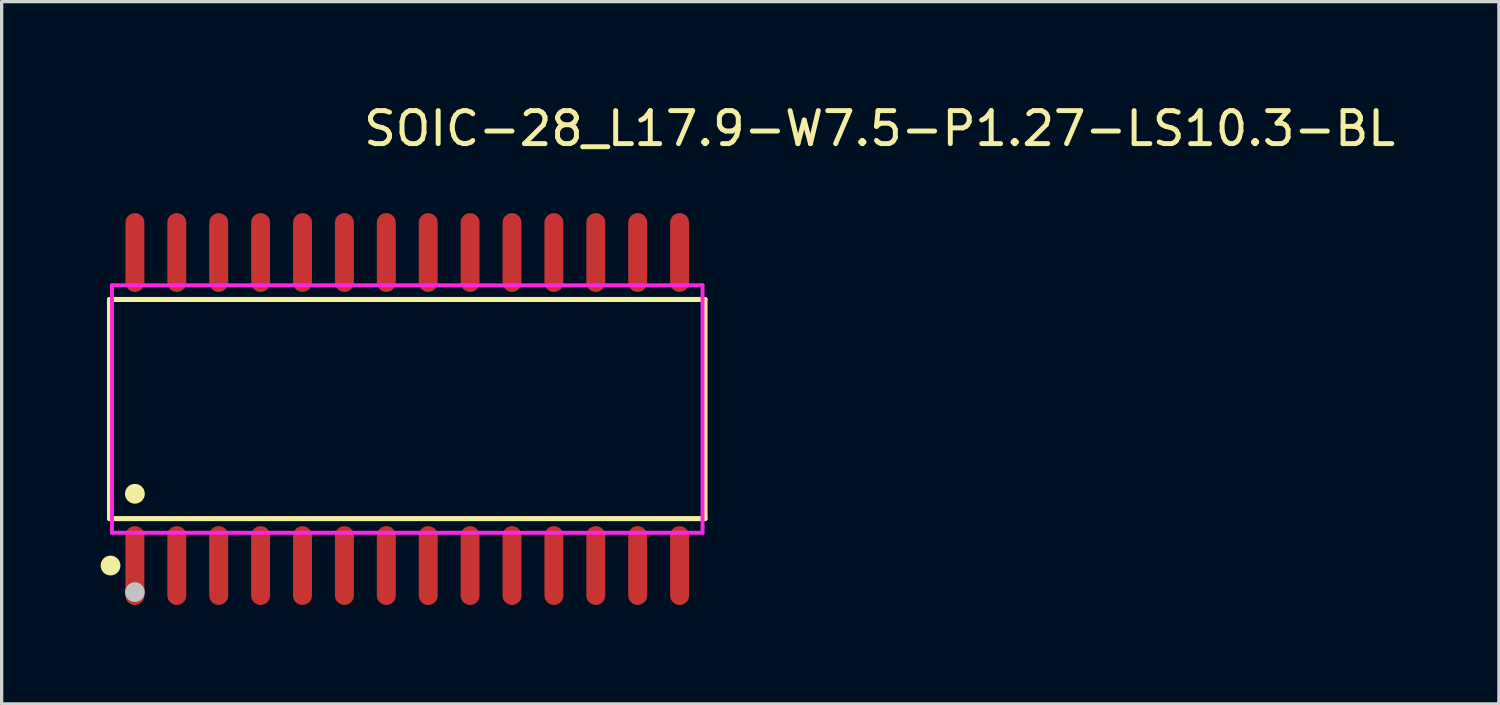
<source format=kicad_pcb>
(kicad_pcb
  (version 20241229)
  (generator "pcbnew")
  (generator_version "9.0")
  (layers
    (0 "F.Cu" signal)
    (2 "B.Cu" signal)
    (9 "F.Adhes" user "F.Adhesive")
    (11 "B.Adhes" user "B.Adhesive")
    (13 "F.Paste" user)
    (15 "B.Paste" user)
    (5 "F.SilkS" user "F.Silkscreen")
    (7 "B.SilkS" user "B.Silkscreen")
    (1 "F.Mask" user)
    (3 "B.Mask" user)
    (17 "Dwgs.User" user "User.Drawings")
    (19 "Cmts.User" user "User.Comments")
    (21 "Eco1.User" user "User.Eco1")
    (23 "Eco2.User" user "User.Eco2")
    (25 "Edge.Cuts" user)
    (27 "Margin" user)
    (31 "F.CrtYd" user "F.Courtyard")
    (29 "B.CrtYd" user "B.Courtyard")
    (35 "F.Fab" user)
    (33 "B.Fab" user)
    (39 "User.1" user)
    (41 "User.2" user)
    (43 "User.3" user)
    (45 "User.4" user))
  (footprint "SOIC-28_L17.9-W7.5-P1.27-LS10.3-BL"
    (layer "F.Cu")
    (at 9.294 9.348)
    (property "Reference" "SOIC-28_L17.9-W7.5-P1.27-LS10.3-BL" (at -1.4 -8.5 0) (layer "F.SilkS") (effects (font (size 1 1) (thickness 0.15)) (justify left)))
    (attr through_hole)
    (fp_line (start -9.026 -3.321) (end 9.026 -3.321) (stroke (width 0.152) (type solid)) (layer "F.SilkS"))
    (fp_line (start -9.026 3.321) (end -9.026 -3.321) (stroke (width 0.152) (type solid)) (layer "F.SilkS"))
    (fp_line (start 9.026 -3.321) (end 9.026 3.321) (stroke (width 0.152) (type solid)) (layer "F.SilkS"))
    (fp_line (start 9.026 3.321) (end -9.026 3.321) (stroke (width 0.152) (type solid)) (layer "F.SilkS"))
    (fp_circle (center -8.994 4.744) (end -8.844 4.744) (stroke (width 0.3) (type solid)) (fill no) (layer "F.SilkS"))
    (fp_circle (center -8.255 2.569) (end -8.105 2.569) (stroke (width 0.3) (type solid)) (fill no) (layer "F.SilkS"))
    (fp_circle (center -8.255 5.55) (end -8.105 5.55) (stroke (width 0.3) (type solid)) (fill no) (layer "Dwgs.User"))
    (fp_line (start -8.46 -4.325) (end -8.46 -3.74) (stroke (width 0.12) (type solid)) (layer "Eco2.User"))
    (fp_line (start -8.46 -3.74) (end -8.05 -3.74) (stroke (width 0.12) (type solid)) (layer "Eco2.User"))
    (fp_line (start -8.46 3.74) (end -8.05 3.74) (stroke (width 0.12) (type solid)) (layer "Eco2.User"))
    (fp_line (start -8.46 4.325) (end -8.46 3.74) (stroke (width 0.12) (type solid)) (layer "Eco2.User"))
    (fp_line (start -8.05 -4.325) (end -8.46 -4.325) (stroke (width 0.12) (type solid)) (layer "Eco2.User"))
    (fp_line (start -8.05 -3.74) (end -8.05 -4.325) (stroke (width 0.12) (type solid)) (layer "Eco2.User"))
    (fp_line (start -8.05 3.74) (end -8.05 4.325) (stroke (width 0.12) (type solid)) (layer "Eco2.User"))
    (fp_line (start -8.05 4.325) (end -8.46 4.325) (stroke (width 0.12) (type solid)) (layer "Eco2.User"))
    (fp_line (start -7.19 -4.325) (end -7.19 -3.74) (stroke (width 0.12) (type solid)) (layer "Eco2.User"))
    (fp_line (start -7.19 -3.74) (end -6.78 -3.74) (stroke (width 0.12) (type solid)) (layer "Eco2.User"))
    (fp_line (start -7.19 3.74) (end -6.78 3.74) (stroke (width 0.12) (type solid)) (layer "Eco2.User"))
    (fp_line (start -7.19 4.325) (end -7.19 3.74) (stroke (width 0.12) (type solid)) (layer "Eco2.User"))
    (fp_line (start -6.78 -4.325) (end -7.19 -4.325) (stroke (width 0.12) (type solid)) (layer "Eco2.User"))
    (fp_line (start -6.78 -3.74) (end -6.78 -4.325) (stroke (width 0.12) (type solid)) (layer "Eco2.User"))
    (fp_line (start -6.78 3.74) (end -6.78 4.325) (stroke (width 0.12) (type solid)) (layer "Eco2.User"))
    (fp_line (start -6.78 4.325) (end -7.19 4.325) (stroke (width 0.12) (type solid)) (layer "Eco2.User"))
    (fp_line (start -5.92 -4.325) (end -5.92 -3.74) (stroke (width 0.12) (type solid)) (layer "Eco2.User"))
    (fp_line (start -5.92 -3.74) (end -5.51 -3.74) (stroke (width 0.12) (type solid)) (layer "Eco2.User"))
    (fp_line (start -5.92 3.74) (end -5.51 3.74) (stroke (width 0.12) (type solid)) (layer "Eco2.User"))
    (fp_line (start -5.92 4.325) (end -5.92 3.74) (stroke (width 0.12) (type solid)) (layer "Eco2.User"))
    (fp_line (start -5.51 -4.325) (end -5.92 -4.325) (stroke (width 0.12) (type solid)) (layer "Eco2.User"))
    (fp_line (start -5.51 -3.74) (end -5.51 -4.325) (stroke (width 0.12) (type solid)) (layer "Eco2.User"))
    (fp_line (start -5.51 3.74) (end -5.51 4.325) (stroke (width 0.12) (type solid)) (layer "Eco2.User"))
    (fp_line (start -5.51 4.325) (end -5.92 4.325) (stroke (width 0.12) (type solid)) (layer "Eco2.User"))
    (fp_line (start -4.65 -4.325) (end -4.65 -3.74) (stroke (width 0.12) (type solid)) (layer "Eco2.User"))
    (fp_line (start -4.65 -3.74) (end -4.24 -3.74) (stroke (width 0.12) (type solid)) (layer "Eco2.User"))
    (fp_line (start -4.65 3.74) (end -4.24 3.74) (stroke (width 0.12) (type solid)) (layer "Eco2.User"))
    (fp_line (start -4.65 4.325) (end -4.65 3.74) (stroke (width 0.12) (type solid)) (layer "Eco2.User"))
    (fp_line (start -4.24 -4.325) (end -4.65 -4.325) (stroke (width 0.12) (type solid)) (layer "Eco2.User"))
    (fp_line (start -4.24 -3.74) (end -4.24 -4.325) (stroke (width 0.12) (type solid)) (layer "Eco2.User"))
    (fp_line (start -4.24 3.74) (end -4.24 4.325) (stroke (width 0.12) (type solid)) (layer "Eco2.User"))
    (fp_line (start -4.24 4.325) (end -4.65 4.325) (stroke (width 0.12) (type solid)) (layer "Eco2.User"))
    (fp_line (start -3.38 -4.325) (end -3.38 -3.74) (stroke (width 0.12) (type solid)) (layer "Eco2.User"))
    (fp_line (start -3.38 -3.74) (end -2.97 -3.74) (stroke (width 0.12) (type solid)) (layer "Eco2.User"))
    (fp_line (start -3.38 3.74) (end -2.97 3.74) (stroke (width 0.12) (type solid)) (layer "Eco2.User"))
    (fp_line (start -3.38 4.325) (end -3.38 3.74) (stroke (width 0.12) (type solid)) (layer "Eco2.User"))
    (fp_line (start -2.97 -4.325) (end -3.38 -4.325) (stroke (width 0.12) (type solid)) (layer "Eco2.User"))
    (fp_line (start -2.97 -3.74) (end -2.97 -4.325) (stroke (width 0.12) (type solid)) (layer "Eco2.User"))
    (fp_line (start -2.97 3.74) (end -2.97 4.325) (stroke (width 0.12) (type solid)) (layer "Eco2.User"))
    (fp_line (start -2.97 4.325) (end -3.38 4.325) (stroke (width 0.12) (type solid)) (layer "Eco2.User"))
    (fp_line (start -2.11 -4.325) (end -2.11 -3.74) (stroke (width 0.12) (type solid)) (layer "Eco2.User"))
    (fp_line (start -2.11 -3.74) (end -1.7 -3.74) (stroke (width 0.12) (type solid)) (layer "Eco2.User"))
    (fp_line (start -2.11 3.74) (end -1.7 3.74) (stroke (width 0.12) (type solid)) (layer "Eco2.User"))
    (fp_line (start -2.11 4.325) (end -2.11 3.74) (stroke (width 0.12) (type solid)) (layer "Eco2.User"))
    (fp_line (start -1.7 -4.325) (end -2.11 -4.325) (stroke (width 0.12) (type solid)) (layer "Eco2.User"))
    (fp_line (start -1.7 -3.74) (end -1.7 -4.325) (stroke (width 0.12) (type solid)) (layer "Eco2.User"))
    (fp_line (start -1.7 3.74) (end -1.7 4.325) (stroke (width 0.12) (type solid)) (layer "Eco2.User"))
    (fp_line (start -1.7 4.325) (end -2.11 4.325) (stroke (width 0.12) (type solid)) (layer "Eco2.User"))
    (fp_line (start -0.84 -4.325) (end -0.84 -3.74) (stroke (width 0.12) (type solid)) (layer "Eco2.User"))
    (fp_line (start -0.84 -3.74) (end -0.43 -3.74) (stroke (width 0.12) (type solid)) (layer "Eco2.User"))
    (fp_line (start -0.84 3.74) (end -0.43 3.74) (stroke (width 0.12) (type solid)) (layer "Eco2.User"))
    (fp_line (start -0.84 4.325) (end -0.84 3.74) (stroke (width 0.12) (type solid)) (layer "Eco2.User"))
    (fp_line (start -0.43 -4.325) (end -0.84 -4.325) (stroke (width 0.12) (type solid)) (layer "Eco2.User"))
    (fp_line (start -0.43 -3.74) (end -0.43 -4.325) (stroke (width 0.12) (type solid)) (layer "Eco2.User"))
    (fp_line (start -0.43 3.74) (end -0.43 4.325) (stroke (width 0.12) (type solid)) (layer "Eco2.User"))
    (fp_line (start -0.43 4.325) (end -0.84 4.325) (stroke (width 0.12) (type solid)) (layer "Eco2.User"))
    (fp_line (start 0.43 -4.325) (end 0.43 -3.74) (stroke (width 0.12) (type solid)) (layer "Eco2.User"))
    (fp_line (start 0.43 -3.74) (end 0.84 -3.74) (stroke (width 0.12) (type solid)) (layer "Eco2.User"))
    (fp_line (start 0.43 3.74) (end 0.84 3.74) (stroke (width 0.12) (type solid)) (layer "Eco2.User"))
    (fp_line (start 0.43 4.325) (end 0.43 3.74) (stroke (width 0.12) (type solid)) (layer "Eco2.User"))
    (fp_line (start 0.84 -4.325) (end 0.43 -4.325) (stroke (width 0.12) (type solid)) (layer "Eco2.User"))
    (fp_line (start 0.84 -3.74) (end 0.84 -4.325) (stroke (width 0.12) (type solid)) (layer "Eco2.User"))
    (fp_line (start 0.84 3.74) (end 0.84 4.325) (stroke (width 0.12) (type solid)) (layer "Eco2.User"))
    (fp_line (start 0.84 4.325) (end 0.43 4.325) (stroke (width 0.12) (type solid)) (layer "Eco2.User"))
    (fp_line (start 1.7 -4.325) (end 1.7 -3.74) (stroke (width 0.12) (type solid)) (layer "Eco2.User"))
    (fp_line (start 1.7 -3.74) (end 2.11 -3.74) (stroke (width 0.12) (type solid)) (layer "Eco2.User"))
    (fp_line (start 1.7 3.74) (end 2.11 3.74) (stroke (width 0.12) (type solid)) (layer "Eco2.User"))
    (fp_line (start 1.7 4.325) (end 1.7 3.74) (stroke (width 0.12) (type solid)) (layer "Eco2.User"))
    (fp_line (start 2.11 -4.325) (end 1.7 -4.325) (stroke (width 0.12) (type solid)) (layer "Eco2.User"))
    (fp_line (start 2.11 -3.74) (end 2.11 -4.325) (stroke (width 0.12) (type solid)) (layer "Eco2.User"))
    (fp_line (start 2.11 3.74) (end 2.11 4.325) (stroke (width 0.12) (type solid)) (layer "Eco2.User"))
    (fp_line (start 2.11 4.325) (end 1.7 4.325) (stroke (width 0.12) (type solid)) (layer "Eco2.User"))
    (fp_line (start 2.97 -4.325) (end 2.97 -3.74) (stroke (width 0.12) (type solid)) (layer "Eco2.User"))
    (fp_line (start 2.97 -3.74) (end 3.38 -3.74) (stroke (width 0.12) (type solid)) (layer "Eco2.User"))
    (fp_line (start 2.97 3.74) (end 3.38 3.74) (stroke (width 0.12) (type solid)) (layer "Eco2.User"))
    (fp_line (start 2.97 4.325) (end 2.97 3.74) (stroke (width 0.12) (type solid)) (layer "Eco2.User"))
    (fp_line (start 3.38 -4.325) (end 2.97 -4.325) (stroke (width 0.12) (type solid)) (layer "Eco2.User"))
    (fp_line (start 3.38 -3.74) (end 3.38 -4.325) (stroke (width 0.12) (type solid)) (layer "Eco2.User"))
    (fp_line (start 3.38 3.74) (end 3.38 4.325) (stroke (width 0.12) (type solid)) (layer "Eco2.User"))
    (fp_line (start 3.38 4.325) (end 2.97 4.325) (stroke (width 0.12) (type solid)) (layer "Eco2.User"))
    (fp_line (start 4.24 -4.325) (end 4.24 -3.74) (stroke (width 0.12) (type solid)) (layer "Eco2.User"))
    (fp_line (start 4.24 -3.74) (end 4.65 -3.74) (stroke (width 0.12) (type solid)) (layer "Eco2.User"))
    (fp_line (start 4.24 3.74) (end 4.65 3.74) (stroke (width 0.12) (type solid)) (layer "Eco2.User"))
    (fp_line (start 4.24 4.325) (end 4.24 3.74) (stroke (width 0.12) (type solid)) (layer "Eco2.User"))
    (fp_line (start 4.65 -4.325) (end 4.24 -4.325) (stroke (width 0.12) (type solid)) (layer "Eco2.User"))
    (fp_line (start 4.65 -3.74) (end 4.65 -4.325) (stroke (width 0.12) (type solid)) (layer "Eco2.User"))
    (fp_line (start 4.65 3.74) (end 4.65 4.325) (stroke (width 0.12) (type solid)) (layer "Eco2.User"))
    (fp_line (start 4.65 4.325) (end 4.24 4.325) (stroke (width 0.12) (type solid)) (layer "Eco2.User"))
    (fp_line (start 5.51 -4.325) (end 5.51 -3.74) (stroke (width 0.12) (type solid)) (layer "Eco2.User"))
    (fp_line (start 5.51 -3.74) (end 5.92 -3.74) (stroke (width 0.12) (type solid)) (layer "Eco2.User"))
    (fp_line (start 5.51 3.74) (end 5.92 3.74) (stroke (width 0.12) (type solid)) (layer "Eco2.User"))
    (fp_line (start 5.51 4.325) (end 5.51 3.74) (stroke (width 0.12) (type solid)) (layer "Eco2.User"))
    (fp_line (start 5.92 -4.325) (end 5.51 -4.325) (stroke (width 0.12) (type solid)) (layer "Eco2.User"))
    (fp_line (start 5.92 -3.74) (end 5.92 -4.325) (stroke (width 0.12) (type solid)) (layer "Eco2.User"))
    (fp_line (start 5.92 3.74) (end 5.92 4.325) (stroke (width 0.12) (type solid)) (layer "Eco2.User"))
    (fp_line (start 5.92 4.325) (end 5.51 4.325) (stroke (width 0.12) (type solid)) (layer "Eco2.User"))
    (fp_line (start 6.78 -4.325) (end 6.78 -3.74) (stroke (width 0.12) (type solid)) (layer "Eco2.User"))
    (fp_line (start 6.78 -3.74) (end 7.19 -3.74) (stroke (width 0.12) (type solid)) (layer "Eco2.User"))
    (fp_line (start 6.78 3.74) (end 7.19 3.74) (stroke (width 0.12) (type solid)) (layer "Eco2.User"))
    (fp_line (start 6.78 4.325) (end 6.78 3.74) (stroke (width 0.12) (type solid)) (layer "Eco2.User"))
    (fp_line (start 7.19 -4.325) (end 6.78 -4.325) (stroke (width 0.12) (type solid)) (layer "Eco2.User"))
    (fp_line (start 7.19 -3.74) (end 7.19 -4.325) (stroke (width 0.12) (type solid)) (layer "Eco2.User"))
    (fp_line (start 7.19 3.74) (end 7.19 4.325) (stroke (width 0.12) (type solid)) (layer "Eco2.User"))
    (fp_line (start 7.19 4.325) (end 6.78 4.325) (stroke (width 0.12) (type solid)) (layer "Eco2.User"))
    (fp_line (start 8.05 -4.325) (end 8.05 -3.74) (stroke (width 0.12) (type solid)) (layer "Eco2.User"))
    (fp_line (start 8.05 -3.74) (end 8.46 -3.74) (stroke (width 0.12) (type solid)) (layer "Eco2.User"))
    (fp_line (start 8.05 3.74) (end 8.46 3.74) (stroke (width 0.12) (type solid)) (layer "Eco2.User"))
    (fp_line (start 8.05 4.325) (end 8.05 3.74) (stroke (width 0.12) (type solid)) (layer "Eco2.User"))
    (fp_line (start 8.46 -4.325) (end 8.05 -4.325) (stroke (width 0.12) (type solid)) (layer "Eco2.User"))
    (fp_line (start 8.46 -3.74) (end 8.46 -4.325) (stroke (width 0.12) (type solid)) (layer "Eco2.User"))
    (fp_line (start 8.46 3.74) (end 8.46 4.325) (stroke (width 0.12) (type solid)) (layer "Eco2.User"))
    (fp_line (start 8.46 4.325) (end 8.05 4.325) (stroke (width 0.12) (type solid)) (layer "Eco2.User"))
    (fp_circle (center -8.95 5.15) (end -8.92 5.15) (stroke (width 0.06) (type solid)) (fill no) (layer "Eco2.User"))
    (fp_poly (pts (xy -8.46 -5.15) (xy -8.46 -4.315) (xy -8.05 -4.315) (xy -8.05 -5.15)) (stroke (width 0.12) (type solid)) (fill no) (layer "Eco2.User"))
    (fp_poly (pts (xy -8.46 5.15) (xy -8.46 4.315) (xy -8.05 4.315) (xy -8.05 5.15)) (stroke (width 0.12) (type solid)) (fill no) (layer "Eco2.User"))
    (fp_poly (pts (xy -7.19 -5.15) (xy -7.19 -4.315) (xy -6.78 -4.315) (xy -6.78 -5.15)) (stroke (width 0.12) (type solid)) (fill no) (layer "Eco2.User"))
    (fp_poly (pts (xy -7.19 5.15) (xy -7.19 4.315) (xy -6.78 4.315) (xy -6.78 5.15)) (stroke (width 0.12) (type solid)) (fill no) (layer "Eco2.User"))
    (fp_poly (pts (xy -5.92 -5.15) (xy -5.92 -4.315) (xy -5.51 -4.315) (xy -5.51 -5.15)) (stroke (width 0.12) (type solid)) (fill no) (layer "Eco2.User"))
    (fp_poly (pts (xy -5.92 5.15) (xy -5.92 4.315) (xy -5.51 4.315) (xy -5.51 5.15)) (stroke (width 0.12) (type solid)) (fill no) (layer "Eco2.User"))
    (fp_poly (pts (xy -4.65 -5.15) (xy -4.65 -4.315) (xy -4.24 -4.315) (xy -4.24 -5.15)) (stroke (width 0.12) (type solid)) (fill no) (layer "Eco2.User"))
    (fp_poly (pts (xy -4.65 5.15) (xy -4.65 4.315) (xy -4.24 4.315) (xy -4.24 5.15)) (stroke (width 0.12) (type solid)) (fill no) (layer "Eco2.User"))
    (fp_poly (pts (xy -3.38 -5.15) (xy -3.38 -4.315) (xy -2.97 -4.315) (xy -2.97 -5.15)) (stroke (width 0.12) (type solid)) (fill no) (layer "Eco2.User"))
    (fp_poly (pts (xy -3.38 5.15) (xy -3.38 4.315) (xy -2.97 4.315) (xy -2.97 5.15)) (stroke (width 0.12) (type solid)) (fill no) (layer "Eco2.User"))
    (fp_poly (pts (xy -2.11 -5.15) (xy -2.11 -4.315) (xy -1.7 -4.315) (xy -1.7 -5.15)) (stroke (width 0.12) (type solid)) (fill no) (layer "Eco2.User"))
    (fp_poly (pts (xy -2.11 5.15) (xy -2.11 4.315) (xy -1.7 4.315) (xy -1.7 5.15)) (stroke (width 0.12) (type solid)) (fill no) (layer "Eco2.User"))
    (fp_poly (pts (xy -0.84 -5.15) (xy -0.84 -4.315) (xy -0.43 -4.315) (xy -0.43 -5.15)) (stroke (width 0.12) (type solid)) (fill no) (layer "Eco2.User"))
    (fp_poly (pts (xy -0.84 5.15) (xy -0.84 4.315) (xy -0.43 4.315) (xy -0.43 5.15)) (stroke (width 0.12) (type solid)) (fill no) (layer "Eco2.User"))
    (fp_poly (pts (xy 0.43 -5.15) (xy 0.43 -4.315) (xy 0.84 -4.315) (xy 0.84 -5.15)) (stroke (width 0.12) (type solid)) (fill no) (layer "Eco2.User"))
    (fp_poly (pts (xy 0.43 5.15) (xy 0.43 4.315) (xy 0.84 4.315) (xy 0.84 5.15)) (stroke (width 0.12) (type solid)) (fill no) (layer "Eco2.User"))
    (fp_poly (pts (xy 1.7 -5.15) (xy 1.7 -4.315) (xy 2.11 -4.315) (xy 2.11 -5.15)) (stroke (width 0.12) (type solid)) (fill no) (layer "Eco2.User"))
    (fp_poly (pts (xy 1.7 5.15) (xy 1.7 4.315) (xy 2.11 4.315) (xy 2.11 5.15)) (stroke (width 0.12) (type solid)) (fill no) (layer "Eco2.User"))
    (fp_poly (pts (xy 2.97 -5.15) (xy 2.97 -4.315) (xy 3.38 -4.315) (xy 3.38 -5.15)) (stroke (width 0.12) (type solid)) (fill no) (layer "Eco2.User"))
    (fp_poly (pts (xy 2.97 5.15) (xy 2.97 4.315) (xy 3.38 4.315) (xy 3.38 5.15)) (stroke (width 0.12) (type solid)) (fill no) (layer "Eco2.User"))
    (fp_poly (pts (xy 4.24 -5.15) (xy 4.24 -4.315) (xy 4.65 -4.315) (xy 4.65 -5.15)) (stroke (width 0.12) (type solid)) (fill no) (layer "Eco2.User"))
    (fp_poly (pts (xy 4.24 5.15) (xy 4.24 4.315) (xy 4.65 4.315) (xy 4.65 5.15)) (stroke (width 0.12) (type solid)) (fill no) (layer "Eco2.User"))
    (fp_poly (pts (xy 5.51 -5.15) (xy 5.51 -4.315) (xy 5.92 -4.315) (xy 5.92 -5.15)) (stroke (width 0.12) (type solid)) (fill no) (layer "Eco2.User"))
    (fp_poly (pts (xy 5.51 5.15) (xy 5.51 4.315) (xy 5.92 4.315) (xy 5.92 5.15)) (stroke (width 0.12) (type solid)) (fill no) (layer "Eco2.User"))
    (fp_poly (pts (xy 6.78 -5.15) (xy 6.78 -4.315) (xy 7.19 -4.315) (xy 7.19 -5.15)) (stroke (width 0.12) (type solid)) (fill no) (layer "Eco2.User"))
    (fp_poly (pts (xy 6.78 5.15) (xy 6.78 4.315) (xy 7.19 4.315) (xy 7.19 5.15)) (stroke (width 0.12) (type solid)) (fill no) (layer "Eco2.User"))
    (fp_poly (pts (xy 8.05 -5.15) (xy 8.05 -4.315) (xy 8.46 -4.315) (xy 8.46 -5.15)) (stroke (width 0.12) (type solid)) (fill no) (layer "Eco2.User"))
    (fp_poly (pts (xy 8.05 5.15) (xy 8.05 4.315) (xy 8.46 4.315) (xy 8.46 5.15)) (stroke (width 0.12) (type solid)) (fill no) (layer "Eco2.User"))
    (fp_line (start -8.95 -3.75) (end 8.95 -3.75) (stroke (width 0.12) (type solid)) (layer "F.CrtYd"))
    (fp_line (start -8.95 3.75) (end -8.95 -3.75) (stroke (width 0.12) (type solid)) (layer "F.CrtYd"))
    (fp_line (start 8.95 -3.75) (end 8.95 3.75) (stroke (width 0.12) (type solid)) (layer "F.CrtYd"))
    (fp_line (start 8.95 3.75) (end -8.95 3.75) (stroke (width 0.12) (type solid)) (layer "F.CrtYd"))
    (pad "1" smd oval (at -8.255 4.744) (size 0.574 2.388) (layers "F.Cu" "F.Mask" "F.Paste"))
    (pad "2" smd oval (at -6.985 4.744) (size 0.574 2.388) (layers "F.Cu" "F.Mask" "F.Paste"))
    (pad "3" smd oval (at -5.715 4.744) (size 0.574 2.388) (layers "F.Cu" "F.Mask" "F.Paste"))
    (pad "4" smd oval (at -4.445 4.744) (size 0.574 2.388) (layers "F.Cu" "F.Mask" "F.Paste"))
    (pad "5" smd oval (at -3.175 4.744) (size 0.574 2.388) (layers "F.Cu" "F.Mask" "F.Paste"))
    (pad "6" smd oval (at -1.905 4.744) (size 0.574 2.388) (layers "F.Cu" "F.Mask" "F.Paste"))
    (pad "7" smd oval (at -0.635 4.744) (size 0.574 2.388) (layers "F.Cu" "F.Mask" "F.Paste"))
    (pad "8" smd oval (at 0.635 4.744) (size 0.574 2.388) (layers "F.Cu" "F.Mask" "F.Paste"))
    (pad "9" smd oval (at 1.905 4.744) (size 0.574 2.388) (layers "F.Cu" "F.Mask" "F.Paste"))
    (pad "10" smd oval (at 3.175 4.744) (size 0.574 2.388) (layers "F.Cu" "F.Mask" "F.Paste"))
    (pad "11" smd oval (at 4.445 4.744) (size 0.574 2.388) (layers "F.Cu" "F.Mask" "F.Paste"))
    (pad "12" smd oval (at 5.715 4.744) (size 0.574 2.388) (layers "F.Cu" "F.Mask" "F.Paste"))
    (pad "13" smd oval (at 6.985 4.744) (size 0.574 2.388) (layers "F.Cu" "F.Mask" "F.Paste"))
    (pad "14" smd oval (at 8.255 4.744) (size 0.574 2.388) (layers "F.Cu" "F.Mask" "F.Paste"))
    (pad "15" smd oval (at 8.255 -4.744) (size 0.574 2.388) (layers "F.Cu" "F.Mask" "F.Paste"))
    (pad "16" smd oval (at 6.985 -4.744) (size 0.574 2.388) (layers "F.Cu" "F.Mask" "F.Paste"))
    (pad "17" smd oval (at 5.715 -4.744) (size 0.574 2.388) (layers "F.Cu" "F.Mask" "F.Paste"))
    (pad "18" smd oval (at 4.445 -4.744) (size 0.574 2.388) (layers "F.Cu" "F.Mask" "F.Paste"))
    (pad "19" smd oval (at 3.175 -4.744) (size 0.574 2.388) (layers "F.Cu" "F.Mask" "F.Paste"))
    (pad "20" smd oval (at 1.905 -4.744) (size 0.574 2.388) (layers "F.Cu" "F.Mask" "F.Paste"))
    (pad "21" smd oval (at 0.635 -4.744) (size 0.574 2.388) (layers "F.Cu" "F.Mask" "F.Paste"))
    (pad "22" smd oval (at -0.635 -4.744) (size 0.574 2.388) (layers "F.Cu" "F.Mask" "F.Paste"))
    (pad "23" smd oval (at -1.905 -4.744) (size 0.574 2.388) (layers "F.Cu" "F.Mask" "F.Paste"))
    (pad "24" smd oval (at -3.175 -4.744) (size 0.574 2.388) (layers "F.Cu" "F.Mask" "F.Paste"))
    (pad "25" smd oval (at -4.445 -4.744) (size 0.574 2.388) (layers "F.Cu" "F.Mask" "F.Paste"))
    (pad "26" smd oval (at -5.715 -4.744) (size 0.574 2.388) (layers "F.Cu" "F.Mask" "F.Paste"))
    (pad "27" smd oval (at -6.985 -4.744) (size 0.574 2.388) (layers "F.Cu" "F.Mask" "F.Paste"))
    (pad "28" smd oval (at -8.255 -4.744) (size 0.574 2.388) (layers "F.Cu" "F.Mask" "F.Paste")))
  (gr_rect
    (start -3 -3)
    (end 42.382 18.286)
    (stroke (width 0.1) (type default))
    (fill no)
    (layer "Edge.Cuts")))
</source>
